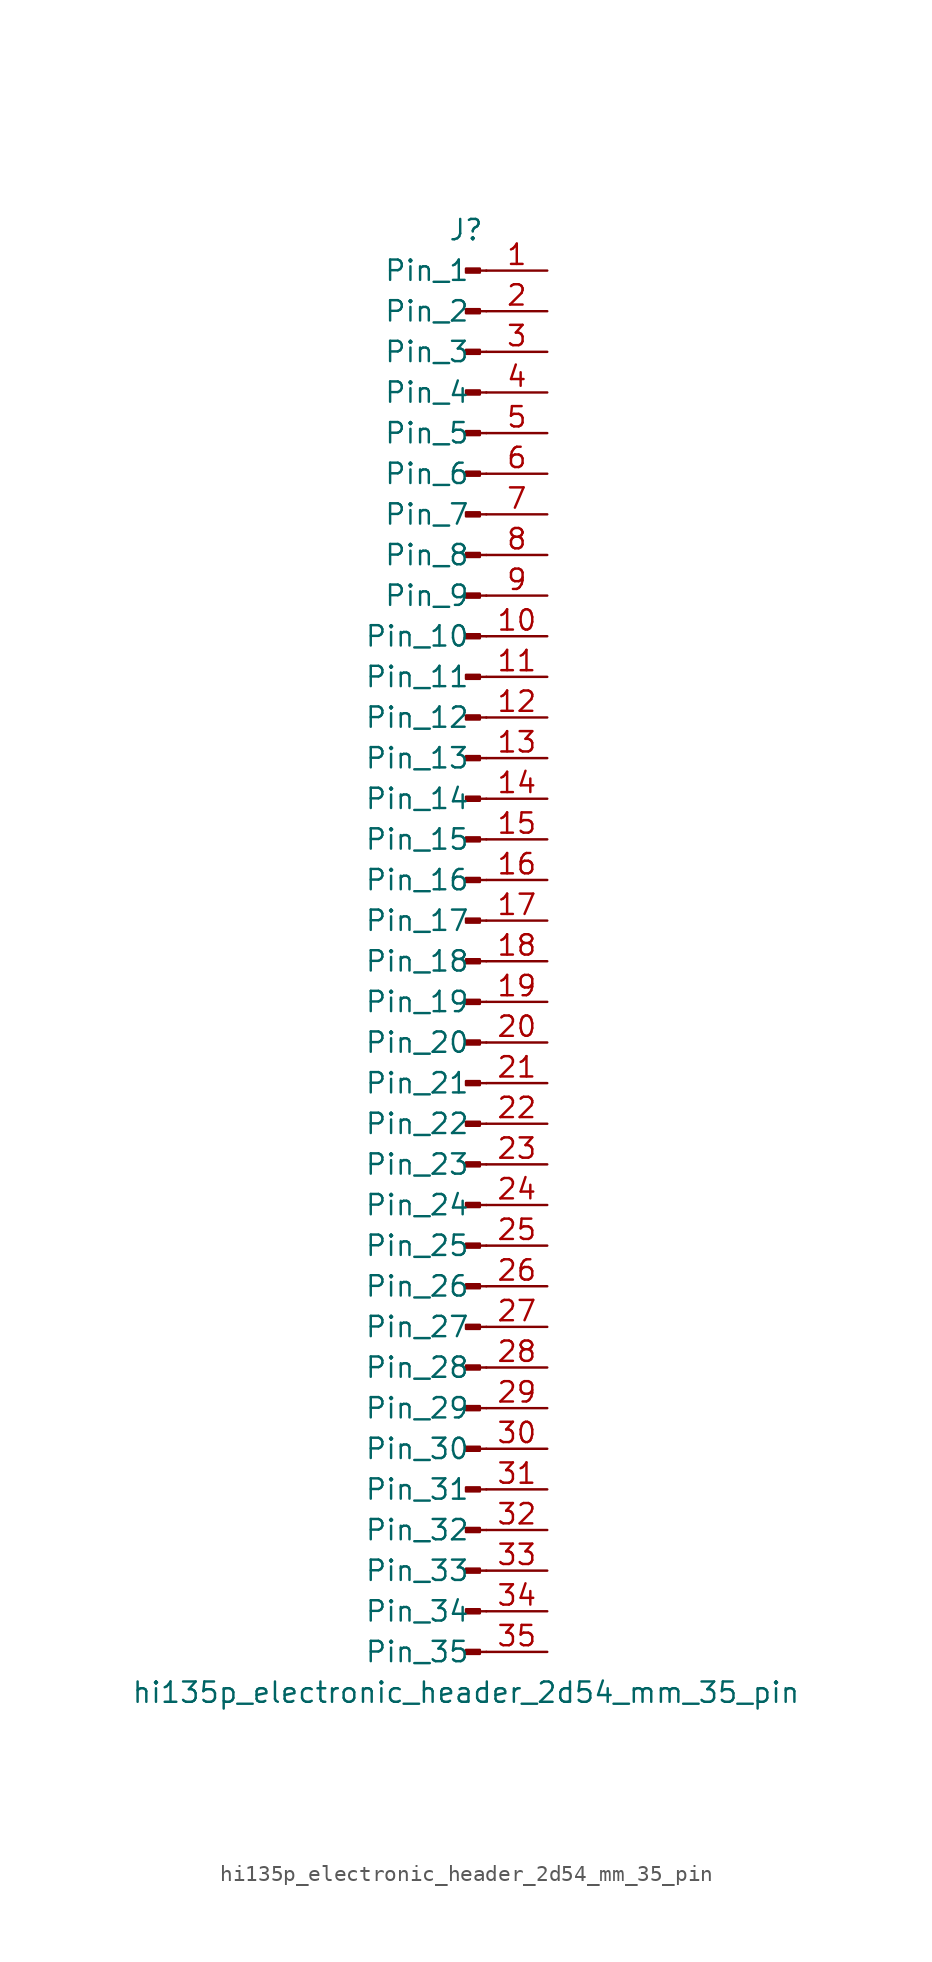
<source format=kicad_sym>
(kicad_symbol_lib
  (version 20220914)
  (generator kicad_symbol_editor)
  (symbol "hi135p_electronic_header_2d54_mm_35_pin"
    (pin_names
      (offset 1.016))
    (property "Reference" "J"
      (at 0 45.72 0)
      (effects (font (size 1.27 1.27))))
    (property "Value" "hi135p_electronic_header_2d54_mm_35_pin"
      (at 0 -45.72 0)
      (effects (font (size 1.27 1.27))))
    (property "ki_locked" ""
      (at 0 0 0)
      (effects (font (size 1.27 1.27))))
    (symbol "hi135p_electronic_header_2d54_mm_35_pin_1_1"
      (polyline (pts (xy 1.27 -43.18) (xy 0.864 -43.18)) (stroke (width 0.152) (type default)) (fill (type none)))
      (polyline (pts (xy 1.27 -40.64) (xy 0.864 -40.64)) (stroke (width 0.152) (type default)) (fill (type none)))
      (polyline (pts (xy 1.27 -38.1) (xy 0.864 -38.1)) (stroke (width 0.152) (type default)) (fill (type none)))
      (polyline (pts (xy 1.27 -35.56) (xy 0.864 -35.56)) (stroke (width 0.152) (type default)) (fill (type none)))
      (polyline (pts (xy 1.27 -33.02) (xy 0.864 -33.02)) (stroke (width 0.152) (type default)) (fill (type none)))
      (polyline (pts (xy 1.27 -30.48) (xy 0.864 -30.48)) (stroke (width 0.152) (type default)) (fill (type none)))
      (polyline (pts (xy 1.27 -27.94) (xy 0.864 -27.94)) (stroke (width 0.152) (type default)) (fill (type none)))
      (polyline (pts (xy 1.27 -25.4) (xy 0.864 -25.4)) (stroke (width 0.152) (type default)) (fill (type none)))
      (polyline (pts (xy 1.27 -22.86) (xy 0.864 -22.86)) (stroke (width 0.152) (type default)) (fill (type none)))
      (polyline (pts (xy 1.27 -20.32) (xy 0.864 -20.32)) (stroke (width 0.152) (type default)) (fill (type none)))
      (polyline (pts (xy 1.27 -17.78) (xy 0.864 -17.78)) (stroke (width 0.152) (type default)) (fill (type none)))
      (polyline (pts (xy 1.27 -15.24) (xy 0.864 -15.24)) (stroke (width 0.152) (type default)) (fill (type none)))
      (polyline (pts (xy 1.27 -12.7) (xy 0.864 -12.7)) (stroke (width 0.152) (type default)) (fill (type none)))
      (polyline (pts (xy 1.27 -10.16) (xy 0.864 -10.16)) (stroke (width 0.152) (type default)) (fill (type none)))
      (polyline (pts (xy 1.27 -7.62) (xy 0.864 -7.62)) (stroke (width 0.152) (type default)) (fill (type none)))
      (polyline (pts (xy 1.27 -5.08) (xy 0.864 -5.08)) (stroke (width 0.152) (type default)) (fill (type none)))
      (polyline (pts (xy 1.27 -2.54) (xy 0.864 -2.54)) (stroke (width 0.152) (type default)) (fill (type none)))
      (polyline (pts (xy 1.27 0) (xy 0.864 0)) (stroke (width 0.152) (type default)) (fill (type none)))
      (polyline (pts (xy 1.27 2.54) (xy 0.864 2.54)) (stroke (width 0.152) (type default)) (fill (type none)))
      (polyline (pts (xy 1.27 5.08) (xy 0.864 5.08)) (stroke (width 0.152) (type default)) (fill (type none)))
      (polyline (pts (xy 1.27 7.62) (xy 0.864 7.62)) (stroke (width 0.152) (type default)) (fill (type none)))
      (polyline (pts (xy 1.27 10.16) (xy 0.864 10.16)) (stroke (width 0.152) (type default)) (fill (type none)))
      (polyline (pts (xy 1.27 12.7) (xy 0.864 12.7)) (stroke (width 0.152) (type default)) (fill (type none)))
      (polyline (pts (xy 1.27 15.24) (xy 0.864 15.24)) (stroke (width 0.152) (type default)) (fill (type none)))
      (polyline (pts (xy 1.27 17.78) (xy 0.864 17.78)) (stroke (width 0.152) (type default)) (fill (type none)))
      (polyline (pts (xy 1.27 20.32) (xy 0.864 20.32)) (stroke (width 0.152) (type default)) (fill (type none)))
      (polyline (pts (xy 1.27 22.86) (xy 0.864 22.86)) (stroke (width 0.152) (type default)) (fill (type none)))
      (polyline (pts (xy 1.27 25.4) (xy 0.864 25.4)) (stroke (width 0.152) (type default)) (fill (type none)))
      (polyline (pts (xy 1.27 27.94) (xy 0.864 27.94)) (stroke (width 0.152) (type default)) (fill (type none)))
      (polyline (pts (xy 1.27 30.48) (xy 0.864 30.48)) (stroke (width 0.152) (type default)) (fill (type none)))
      (polyline (pts (xy 1.27 33.02) (xy 0.864 33.02)) (stroke (width 0.152) (type default)) (fill (type none)))
      (polyline (pts (xy 1.27 35.56) (xy 0.864 35.56)) (stroke (width 0.152) (type default)) (fill (type none)))
      (polyline (pts (xy 1.27 38.1) (xy 0.864 38.1)) (stroke (width 0.152) (type default)) (fill (type none)))
      (polyline (pts (xy 1.27 40.64) (xy 0.864 40.64)) (stroke (width 0.152) (type default)) (fill (type none)))
      (polyline (pts (xy 1.27 43.18) (xy 0.864 43.18)) (stroke (width 0.152) (type default)) (fill (type none)))
      (rectangle (start 0.864 -43.053) (end 0 -43.307) (stroke (width 0.152) (type default)) (fill (type outline)))
      (rectangle (start 0.864 -40.513) (end 0 -40.767) (stroke (width 0.152) (type default)) (fill (type outline)))
      (rectangle (start 0.864 -37.973) (end 0 -38.227) (stroke (width 0.152) (type default)) (fill (type outline)))
      (rectangle (start 0.864 -35.433) (end 0 -35.687) (stroke (width 0.152) (type default)) (fill (type outline)))
      (rectangle (start 0.864 -32.893) (end 0 -33.147) (stroke (width 0.152) (type default)) (fill (type outline)))
      (rectangle (start 0.864 -30.353) (end 0 -30.607) (stroke (width 0.152) (type default)) (fill (type outline)))
      (rectangle (start 0.864 -27.813) (end 0 -28.067) (stroke (width 0.152) (type default)) (fill (type outline)))
      (rectangle (start 0.864 -25.273) (end 0 -25.527) (stroke (width 0.152) (type default)) (fill (type outline)))
      (rectangle (start 0.864 -22.733) (end 0 -22.987) (stroke (width 0.152) (type default)) (fill (type outline)))
      (rectangle (start 0.864 -20.193) (end 0 -20.447) (stroke (width 0.152) (type default)) (fill (type outline)))
      (rectangle (start 0.864 -17.653) (end 0 -17.907) (stroke (width 0.152) (type default)) (fill (type outline)))
      (rectangle (start 0.864 -15.113) (end 0 -15.367) (stroke (width 0.152) (type default)) (fill (type outline)))
      (rectangle (start 0.864 -12.573) (end 0 -12.827) (stroke (width 0.152) (type default)) (fill (type outline)))
      (rectangle (start 0.864 -10.033) (end 0 -10.287) (stroke (width 0.152) (type default)) (fill (type outline)))
      (rectangle (start 0.864 -7.493) (end 0 -7.747) (stroke (width 0.152) (type default)) (fill (type outline)))
      (rectangle (start 0.864 -4.953) (end 0 -5.207) (stroke (width 0.152) (type default)) (fill (type outline)))
      (rectangle (start 0.864 -2.413) (end 0 -2.667) (stroke (width 0.152) (type default)) (fill (type outline)))
      (rectangle (start 0.864 0.127) (end 0 -0.127) (stroke (width 0.152) (type default)) (fill (type outline)))
      (rectangle (start 0.864 2.667) (end 0 2.413) (stroke (width 0.152) (type default)) (fill (type outline)))
      (rectangle (start 0.864 5.207) (end 0 4.953) (stroke (width 0.152) (type default)) (fill (type outline)))
      (rectangle (start 0.864 7.747) (end 0 7.493) (stroke (width 0.152) (type default)) (fill (type outline)))
      (rectangle (start 0.864 10.287) (end 0 10.033) (stroke (width 0.152) (type default)) (fill (type outline)))
      (rectangle (start 0.864 12.827) (end 0 12.573) (stroke (width 0.152) (type default)) (fill (type outline)))
      (rectangle (start 0.864 15.367) (end 0 15.113) (stroke (width 0.152) (type default)) (fill (type outline)))
      (rectangle (start 0.864 17.907) (end 0 17.653) (stroke (width 0.152) (type default)) (fill (type outline)))
      (rectangle (start 0.864 20.447) (end 0 20.193) (stroke (width 0.152) (type default)) (fill (type outline)))
      (rectangle (start 0.864 22.987) (end 0 22.733) (stroke (width 0.152) (type default)) (fill (type outline)))
      (rectangle (start 0.864 25.527) (end 0 25.273) (stroke (width 0.152) (type default)) (fill (type outline)))
      (rectangle (start 0.864 28.067) (end 0 27.813) (stroke (width 0.152) (type default)) (fill (type outline)))
      (rectangle (start 0.864 30.607) (end 0 30.353) (stroke (width 0.152) (type default)) (fill (type outline)))
      (rectangle (start 0.864 33.147) (end 0 32.893) (stroke (width 0.152) (type default)) (fill (type outline)))
      (rectangle (start 0.864 35.687) (end 0 35.433) (stroke (width 0.152) (type default)) (fill (type outline)))
      (rectangle (start 0.864 38.227) (end 0 37.973) (stroke (width 0.152) (type default)) (fill (type outline)))
      (rectangle (start 0.864 40.767) (end 0 40.513) (stroke (width 0.152) (type default)) (fill (type outline)))
      (rectangle (start 0.864 43.307) (end 0 43.053) (stroke (width 0.152) (type default)) (fill (type outline)))
      (pin passive line (at 5.08 43.18 180) (length 3.81) (name "Pin_1" (effects (font (size 1.27 1.27)))) (number "1" (effects (font (size 1.27 1.27)))))
      (pin passive line (at 5.08 20.32 180) (length 3.81) (name "Pin_10" (effects (font (size 1.27 1.27)))) (number "10" (effects (font (size 1.27 1.27)))))
      (pin passive line (at 5.08 17.78 180) (length 3.81) (name "Pin_11" (effects (font (size 1.27 1.27)))) (number "11" (effects (font (size 1.27 1.27)))))
      (pin passive line (at 5.08 15.24 180) (length 3.81) (name "Pin_12" (effects (font (size 1.27 1.27)))) (number "12" (effects (font (size 1.27 1.27)))))
      (pin passive line (at 5.08 12.7 180) (length 3.81) (name "Pin_13" (effects (font (size 1.27 1.27)))) (number "13" (effects (font (size 1.27 1.27)))))
      (pin passive line (at 5.08 10.16 180) (length 3.81) (name "Pin_14" (effects (font (size 1.27 1.27)))) (number "14" (effects (font (size 1.27 1.27)))))
      (pin passive line (at 5.08 7.62 180) (length 3.81) (name "Pin_15" (effects (font (size 1.27 1.27)))) (number "15" (effects (font (size 1.27 1.27)))))
      (pin passive line (at 5.08 5.08 180) (length 3.81) (name "Pin_16" (effects (font (size 1.27 1.27)))) (number "16" (effects (font (size 1.27 1.27)))))
      (pin passive line (at 5.08 2.54 180) (length 3.81) (name "Pin_17" (effects (font (size 1.27 1.27)))) (number "17" (effects (font (size 1.27 1.27)))))
      (pin passive line (at 5.08 0 180) (length 3.81) (name "Pin_18" (effects (font (size 1.27 1.27)))) (number "18" (effects (font (size 1.27 1.27)))))
      (pin passive line (at 5.08 -2.54 180) (length 3.81) (name "Pin_19" (effects (font (size 1.27 1.27)))) (number "19" (effects (font (size 1.27 1.27)))))
      (pin passive line (at 5.08 40.64 180) (length 3.81) (name "Pin_2" (effects (font (size 1.27 1.27)))) (number "2" (effects (font (size 1.27 1.27)))))
      (pin passive line (at 5.08 -5.08 180) (length 3.81) (name "Pin_20" (effects (font (size 1.27 1.27)))) (number "20" (effects (font (size 1.27 1.27)))))
      (pin passive line (at 5.08 -7.62 180) (length 3.81) (name "Pin_21" (effects (font (size 1.27 1.27)))) (number "21" (effects (font (size 1.27 1.27)))))
      (pin passive line (at 5.08 -10.16 180) (length 3.81) (name "Pin_22" (effects (font (size 1.27 1.27)))) (number "22" (effects (font (size 1.27 1.27)))))
      (pin passive line (at 5.08 -12.7 180) (length 3.81) (name "Pin_23" (effects (font (size 1.27 1.27)))) (number "23" (effects (font (size 1.27 1.27)))))
      (pin passive line (at 5.08 -15.24 180) (length 3.81) (name "Pin_24" (effects (font (size 1.27 1.27)))) (number "24" (effects (font (size 1.27 1.27)))))
      (pin passive line (at 5.08 -17.78 180) (length 3.81) (name "Pin_25" (effects (font (size 1.27 1.27)))) (number "25" (effects (font (size 1.27 1.27)))))
      (pin passive line (at 5.08 -20.32 180) (length 3.81) (name "Pin_26" (effects (font (size 1.27 1.27)))) (number "26" (effects (font (size 1.27 1.27)))))
      (pin passive line (at 5.08 -22.86 180) (length 3.81) (name "Pin_27" (effects (font (size 1.27 1.27)))) (number "27" (effects (font (size 1.27 1.27)))))
      (pin passive line (at 5.08 -25.4 180) (length 3.81) (name "Pin_28" (effects (font (size 1.27 1.27)))) (number "28" (effects (font (size 1.27 1.27)))))
      (pin passive line (at 5.08 -27.94 180) (length 3.81) (name "Pin_29" (effects (font (size 1.27 1.27)))) (number "29" (effects (font (size 1.27 1.27)))))
      (pin passive line (at 5.08 38.1 180) (length 3.81) (name "Pin_3" (effects (font (size 1.27 1.27)))) (number "3" (effects (font (size 1.27 1.27)))))
      (pin passive line (at 5.08 -30.48 180) (length 3.81) (name "Pin_30" (effects (font (size 1.27 1.27)))) (number "30" (effects (font (size 1.27 1.27)))))
      (pin passive line (at 5.08 -33.02 180) (length 3.81) (name "Pin_31" (effects (font (size 1.27 1.27)))) (number "31" (effects (font (size 1.27 1.27)))))
      (pin passive line (at 5.08 -35.56 180) (length 3.81) (name "Pin_32" (effects (font (size 1.27 1.27)))) (number "32" (effects (font (size 1.27 1.27)))))
      (pin passive line (at 5.08 -38.1 180) (length 3.81) (name "Pin_33" (effects (font (size 1.27 1.27)))) (number "33" (effects (font (size 1.27 1.27)))))
      (pin passive line (at 5.08 -40.64 180) (length 3.81) (name "Pin_34" (effects (font (size 1.27 1.27)))) (number "34" (effects (font (size 1.27 1.27)))))
      (pin passive line (at 5.08 -43.18 180) (length 3.81) (name "Pin_35" (effects (font (size 1.27 1.27)))) (number "35" (effects (font (size 1.27 1.27)))))
      (pin passive line (at 5.08 35.56 180) (length 3.81) (name "Pin_4" (effects (font (size 1.27 1.27)))) (number "4" (effects (font (size 1.27 1.27)))))
      (pin passive line (at 5.08 33.02 180) (length 3.81) (name "Pin_5" (effects (font (size 1.27 1.27)))) (number "5" (effects (font (size 1.27 1.27)))))
      (pin passive line (at 5.08 30.48 180) (length 3.81) (name "Pin_6" (effects (font (size 1.27 1.27)))) (number "6" (effects (font (size 1.27 1.27)))))
      (pin passive line (at 5.08 27.94 180) (length 3.81) (name "Pin_7" (effects (font (size 1.27 1.27)))) (number "7" (effects (font (size 1.27 1.27)))))
      (pin passive line (at 5.08 25.4 180) (length 3.81) (name "Pin_8" (effects (font (size 1.27 1.27)))) (number "8" (effects (font (size 1.27 1.27)))))
      (pin passive line (at 5.08 22.86 180) (length 3.81) (name "Pin_9" (effects (font (size 1.27 1.27)))) (number "9" (effects (font (size 1.27 1.27))))))))
</source>
